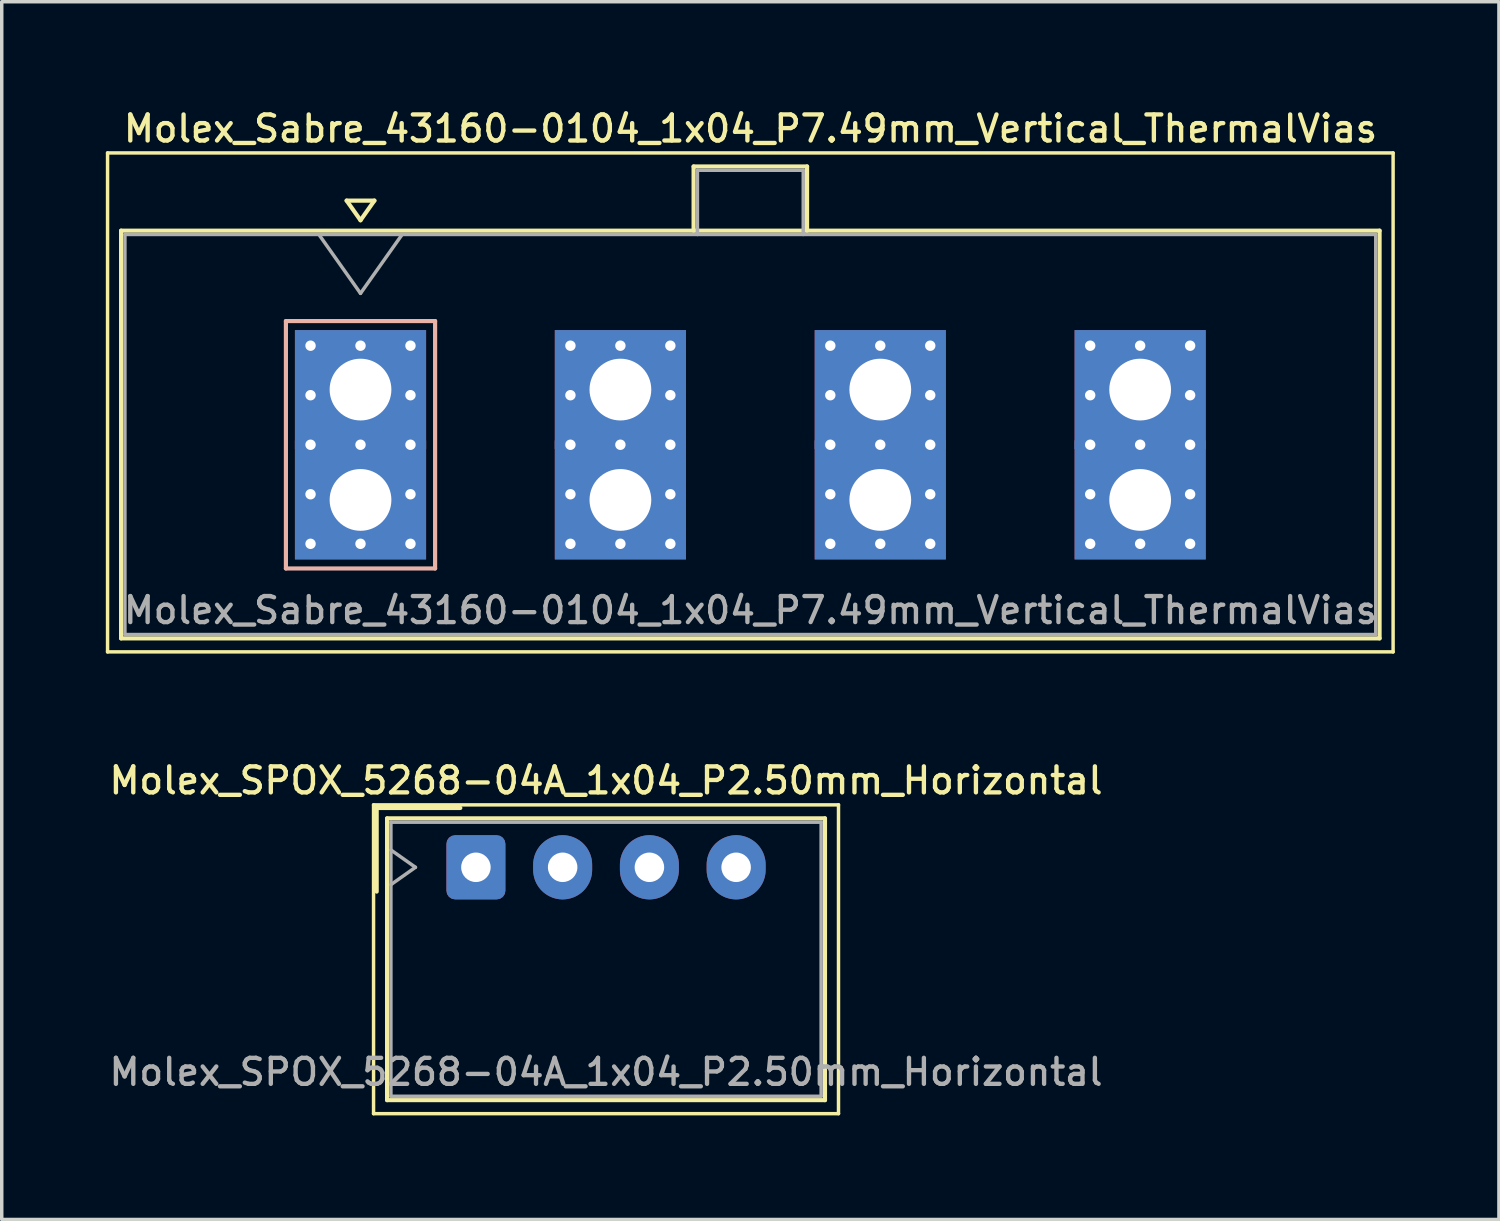
<source format=kicad_pcb>
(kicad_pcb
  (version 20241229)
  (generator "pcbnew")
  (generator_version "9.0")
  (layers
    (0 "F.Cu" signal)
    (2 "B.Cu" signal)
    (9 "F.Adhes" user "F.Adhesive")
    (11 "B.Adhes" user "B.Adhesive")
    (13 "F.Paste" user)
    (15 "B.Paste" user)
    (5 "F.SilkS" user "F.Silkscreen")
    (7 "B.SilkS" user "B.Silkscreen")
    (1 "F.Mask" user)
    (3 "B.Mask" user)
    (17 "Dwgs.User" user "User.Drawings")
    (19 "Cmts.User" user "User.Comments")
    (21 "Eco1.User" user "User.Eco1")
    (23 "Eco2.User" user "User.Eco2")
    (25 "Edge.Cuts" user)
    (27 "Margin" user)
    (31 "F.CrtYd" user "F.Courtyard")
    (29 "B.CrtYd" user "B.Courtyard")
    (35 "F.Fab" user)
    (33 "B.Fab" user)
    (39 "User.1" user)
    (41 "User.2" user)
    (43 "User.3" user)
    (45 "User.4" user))
  (footprint "Molex_Sabre_43160-0104_1x04_P7.49mm_Vertical_ThermalVias"
    (layer "F.Cu")
    (at 7.34 11.358)
    (property "Reference" "Molex_Sabre_43160-0104_1x04_P7.49mm_Vertical_ThermalVias" (at 11.24 -10.7 0) (layer "F.SilkS") (effects (font (size 0.75 0.75) (thickness 0.125))))
    (attr through_hole)
    (fp_line (start -7.29 -10) (end -7.29 4.38) (stroke (width 0.1) (type solid)) (layer "F.SilkS"))
    (fp_line (start -7.29 4.38) (end 29.76 4.38) (stroke (width 0.1) (type solid)) (layer "F.SilkS"))
    (fp_line (start -6.9 -7.76) (end -6.9 3.99) (stroke (width 0.12) (type solid)) (layer "F.SilkS"))
    (fp_line (start -6.9 3.99) (end 29.37 3.99) (stroke (width 0.12) (type solid)) (layer "F.SilkS"))
    (fp_line (start -0.4 -8.626) (end 0 -8.06) (stroke (width 0.12) (type solid)) (layer "F.SilkS"))
    (fp_line (start 0 -8.06) (end 0.4 -8.626) (stroke (width 0.12) (type solid)) (layer "F.SilkS"))
    (fp_line (start 0.4 -8.626) (end -0.4 -8.626) (stroke (width 0.12) (type solid)) (layer "F.SilkS"))
    (fp_line (start 9.6 -9.61) (end 12.87 -9.61) (stroke (width 0.12) (type solid)) (layer "F.SilkS"))
    (fp_line (start 9.6 -7.76) (end 9.6 -9.61) (stroke (width 0.12) (type solid)) (layer "F.SilkS"))
    (fp_line (start 12.87 -9.61) (end 12.87 -7.76) (stroke (width 0.12) (type solid)) (layer "F.SilkS"))
    (fp_line (start 29.37 -7.76) (end -6.9 -7.76) (stroke (width 0.12) (type solid)) (layer "F.SilkS"))
    (fp_line (start 29.37 3.99) (end 29.37 -7.76) (stroke (width 0.12) (type solid)) (layer "F.SilkS"))
    (fp_line (start 29.76 -10) (end -7.29 -10) (stroke (width 0.1) (type solid)) (layer "F.SilkS"))
    (fp_line (start 29.76 4.38) (end 29.76 -10) (stroke (width 0.1) (type solid)) (layer "F.SilkS"))
    (fp_line (start -2.15 -5.155) (end -2.15 1.975) (stroke (width 0.12) (type solid)) (layer "B.SilkS"))
    (fp_line (start -2.15 1.975) (end 2.15 1.975) (stroke (width 0.12) (type solid)) (layer "B.SilkS"))
    (fp_line (start 2.15 -5.155) (end -2.15 -5.155) (stroke (width 0.12) (type solid)) (layer "B.SilkS"))
    (fp_line (start 2.15 1.975) (end 2.15 -5.155) (stroke (width 0.12) (type solid)) (layer "B.SilkS"))
    (fp_line (start -6.79 -7.65) (end -6.79 3.88) (stroke (width 0.1) (type solid)) (layer "F.Fab"))
    (fp_line (start -6.79 3.88) (end 29.26 3.88) (stroke (width 0.1) (type solid)) (layer "F.Fab"))
    (fp_line (start -1.2 -7.65) (end 0 -5.953) (stroke (width 0.1) (type solid)) (layer "F.Fab"))
    (fp_line (start 0 -5.953) (end 1.2 -7.65) (stroke (width 0.1) (type solid)) (layer "F.Fab"))
    (fp_line (start 9.71 -9.5) (end 12.76 -9.5) (stroke (width 0.1) (type solid)) (layer "F.Fab"))
    (fp_line (start 9.71 -7.65) (end 9.71 -9.5) (stroke (width 0.1) (type solid)) (layer "F.Fab"))
    (fp_line (start 12.76 -9.5) (end 12.76 -7.65) (stroke (width 0.1) (type solid)) (layer "F.Fab"))
    (fp_line (start 29.26 -7.65) (end -6.79 -7.65) (stroke (width 0.1) (type solid)) (layer "F.Fab"))
    (fp_line (start 29.26 3.88) (end 29.26 -7.65) (stroke (width 0.1) (type solid)) (layer "F.Fab"))
    (fp_text user "${REFERENCE}" (at 11.24 3.18 0) (layer "F.Fab") (effects (font (size 0.75 0.75) (thickness 0.125))))
    (pad "1" thru_hole rect (at -1.44 -4.445) (size 0.6 0.6) (drill 0.3) (layers "*.Cu" "*.Mask"))
    (pad "1" thru_hole rect (at -1.44 -3.018) (size 0.6 0.6) (drill 0.3) (layers "*.Cu" "*.Mask"))
    (pad "1" thru_hole rect (at -1.44 -1.59) (size 0.6 0.6) (drill 0.3) (layers "*.Cu" "*.Mask"))
    (pad "1" thru_hole rect (at -1.44 -0.163) (size 0.6 0.6) (drill 0.3) (layers "*.Cu" "*.Mask"))
    (pad "1" thru_hole rect (at -1.44 1.265) (size 0.6 0.6) (drill 0.3) (layers "*.Cu" "*.Mask"))
    (pad "1" thru_hole rect (at 0 -4.445) (size 0.6 0.6) (drill 0.3) (layers "*.Cu" "*.Mask"))
    (pad "1" thru_hole rect (at 0 -3.18) (size 3.78 3.43) (drill 1.78) (layers "*.Cu" "*.Mask"))
    (pad "1" thru_hole rect (at 0 -1.59) (size 0.6 0.6) (drill 0.3) (layers "*.Cu" "*.Mask"))
    (pad "1" thru_hole rect (at 0 0) (size 3.78 3.43) (drill 1.78) (layers "*.Cu" "*.Mask"))
    (pad "1" thru_hole rect (at 0 1.265) (size 0.6 0.6) (drill 0.3) (layers "*.Cu" "*.Mask"))
    (pad "1" thru_hole rect (at 1.44 -4.445) (size 0.6 0.6) (drill 0.3) (layers "*.Cu" "*.Mask"))
    (pad "1" thru_hole rect (at 1.44 -3.018) (size 0.6 0.6) (drill 0.3) (layers "*.Cu" "*.Mask"))
    (pad "1" thru_hole rect (at 1.44 -1.59) (size 0.6 0.6) (drill 0.3) (layers "*.Cu" "*.Mask"))
    (pad "1" thru_hole rect (at 1.44 -0.163) (size 0.6 0.6) (drill 0.3) (layers "*.Cu" "*.Mask"))
    (pad "1" thru_hole rect (at 1.44 1.265) (size 0.6 0.6) (drill 0.3) (layers "*.Cu" "*.Mask"))
    (pad "2" thru_hole circle (at 6.05 -4.445) (size 0.6 0.6) (drill 0.3) (layers "*.Cu" "*.Mask"))
    (pad "2" thru_hole circle (at 6.05 -3.018) (size 0.6 0.6) (drill 0.3) (layers "*.Cu" "*.Mask"))
    (pad "2" thru_hole circle (at 6.05 -1.59) (size 0.6 0.6) (drill 0.3) (layers "*.Cu" "*.Mask"))
    (pad "2" thru_hole circle (at 6.05 -0.163) (size 0.6 0.6) (drill 0.3) (layers "*.Cu" "*.Mask"))
    (pad "2" thru_hole circle (at 6.05 1.265) (size 0.6 0.6) (drill 0.3) (layers "*.Cu" "*.Mask"))
    (pad "2" thru_hole circle (at 7.49 -4.445) (size 0.6 0.6) (drill 0.3) (layers "*.Cu" "*.Mask"))
    (pad "2" thru_hole rect (at 7.49 -3.18) (size 3.78 3.43) (drill 1.78) (layers "*.Cu" "*.Mask"))
    (pad "2" thru_hole circle (at 7.49 -1.59) (size 0.6 0.6) (drill 0.3) (layers "*.Cu" "*.Mask"))
    (pad "2" thru_hole rect (at 7.49 0) (size 3.78 3.43) (drill 1.78) (layers "*.Cu" "*.Mask"))
    (pad "2" thru_hole circle (at 7.49 1.265) (size 0.6 0.6) (drill 0.3) (layers "*.Cu" "*.Mask"))
    (pad "2" thru_hole circle (at 8.93 -4.445) (size 0.6 0.6) (drill 0.3) (layers "*.Cu" "*.Mask"))
    (pad "2" thru_hole circle (at 8.93 -3.018) (size 0.6 0.6) (drill 0.3) (layers "*.Cu" "*.Mask"))
    (pad "2" thru_hole circle (at 8.93 -1.59) (size 0.6 0.6) (drill 0.3) (layers "*.Cu" "*.Mask"))
    (pad "2" thru_hole circle (at 8.93 -0.163) (size 0.6 0.6) (drill 0.3) (layers "*.Cu" "*.Mask"))
    (pad "2" thru_hole circle (at 8.93 1.265) (size 0.6 0.6) (drill 0.3) (layers "*.Cu" "*.Mask"))
    (pad "3" thru_hole circle (at 13.54 -4.445) (size 0.6 0.6) (drill 0.3) (layers "*.Cu" "*.Mask"))
    (pad "3" thru_hole circle (at 13.54 -3.018) (size 0.6 0.6) (drill 0.3) (layers "*.Cu" "*.Mask"))
    (pad "3" thru_hole circle (at 13.54 -1.59) (size 0.6 0.6) (drill 0.3) (layers "*.Cu" "*.Mask"))
    (pad "3" thru_hole circle (at 13.54 -0.163) (size 0.6 0.6) (drill 0.3) (layers "*.Cu" "*.Mask"))
    (pad "3" thru_hole circle (at 13.54 1.265) (size 0.6 0.6) (drill 0.3) (layers "*.Cu" "*.Mask"))
    (pad "3" thru_hole circle (at 14.98 -4.445) (size 0.6 0.6) (drill 0.3) (layers "*.Cu" "*.Mask"))
    (pad "3" thru_hole rect (at 14.98 -3.18) (size 3.78 3.43) (drill 1.78) (layers "*.Cu" "*.Mask"))
    (pad "3" thru_hole circle (at 14.98 -1.59) (size 0.6 0.6) (drill 0.3) (layers "*.Cu" "*.Mask"))
    (pad "3" thru_hole rect (at 14.98 0) (size 3.78 3.43) (drill 1.78) (layers "*.Cu" "*.Mask"))
    (pad "3" thru_hole circle (at 14.98 1.265) (size 0.6 0.6) (drill 0.3) (layers "*.Cu" "*.Mask"))
    (pad "3" thru_hole circle (at 16.42 -4.445) (size 0.6 0.6) (drill 0.3) (layers "*.Cu" "*.Mask"))
    (pad "3" thru_hole circle (at 16.42 -3.018) (size 0.6 0.6) (drill 0.3) (layers "*.Cu" "*.Mask"))
    (pad "3" thru_hole circle (at 16.42 -1.59) (size 0.6 0.6) (drill 0.3) (layers "*.Cu" "*.Mask"))
    (pad "3" thru_hole circle (at 16.42 -0.163) (size 0.6 0.6) (drill 0.3) (layers "*.Cu" "*.Mask"))
    (pad "3" thru_hole circle (at 16.42 1.265) (size 0.6 0.6) (drill 0.3) (layers "*.Cu" "*.Mask"))
    (pad "4" thru_hole circle (at 21.03 -4.445) (size 0.6 0.6) (drill 0.3) (layers "*.Cu" "*.Mask"))
    (pad "4" thru_hole circle (at 21.03 -3.018) (size 0.6 0.6) (drill 0.3) (layers "*.Cu" "*.Mask"))
    (pad "4" thru_hole circle (at 21.03 -1.59) (size 0.6 0.6) (drill 0.3) (layers "*.Cu" "*.Mask"))
    (pad "4" thru_hole circle (at 21.03 -0.163) (size 0.6 0.6) (drill 0.3) (layers "*.Cu" "*.Mask"))
    (pad "4" thru_hole circle (at 21.03 1.265) (size 0.6 0.6) (drill 0.3) (layers "*.Cu" "*.Mask"))
    (pad "4" thru_hole circle (at 22.47 -4.445) (size 0.6 0.6) (drill 0.3) (layers "*.Cu" "*.Mask"))
    (pad "4" thru_hole rect (at 22.47 -3.18) (size 3.78 3.43) (drill 1.78) (layers "*.Cu" "*.Mask"))
    (pad "4" thru_hole circle (at 22.47 -1.59) (size 0.6 0.6) (drill 0.3) (layers "*.Cu" "*.Mask"))
    (pad "4" thru_hole rect (at 22.47 0) (size 3.78 3.43) (drill 1.78) (layers "*.Cu" "*.Mask"))
    (pad "4" thru_hole circle (at 22.47 1.265) (size 0.6 0.6) (drill 0.3) (layers "*.Cu" "*.Mask"))
    (pad "4" thru_hole circle (at 23.91 -4.445) (size 0.6 0.6) (drill 0.3) (layers "*.Cu" "*.Mask"))
    (pad "4" thru_hole circle (at 23.91 -3.018) (size 0.6 0.6) (drill 0.3) (layers "*.Cu" "*.Mask"))
    (pad "4" thru_hole circle (at 23.91 -1.59) (size 0.6 0.6) (drill 0.3) (layers "*.Cu" "*.Mask"))
    (pad "4" thru_hole circle (at 23.91 -0.163) (size 0.6 0.6) (drill 0.3) (layers "*.Cu" "*.Mask"))
    (pad "4" thru_hole circle (at 23.91 1.265) (size 0.6 0.6) (drill 0.3) (layers "*.Cu" "*.Mask")))
  (footprint "Molex_SPOX_5268-04A_1x04_P2.50mm_Horizontal"
    (layer "F.Cu")
    (at 10.666 21.946)
    (property "Reference" "Molex_SPOX_5268-04A_1x04_P2.50mm_Horizontal" (at 3.75 -2.5 0) (layer "F.SilkS") (effects (font (size 0.75 0.75) (thickness 0.125))))
    (attr through_hole)
    (fp_line (start -2.95 -1.8) (end -2.95 7.1) (stroke (width 0.1) (type solid)) (layer "F.SilkS"))
    (fp_line (start -2.95 7.1) (end 10.45 7.1) (stroke (width 0.1) (type solid)) (layer "F.SilkS"))
    (fp_line (start -2.86 -1.71) (end -0.45 -1.71) (stroke (width 0.12) (type solid)) (layer "F.SilkS"))
    (fp_line (start -2.86 0.7) (end -2.86 -1.71) (stroke (width 0.12) (type solid)) (layer "F.SilkS"))
    (fp_line (start -2.56 -1.41) (end -2.56 6.71) (stroke (width 0.12) (type solid)) (layer "F.SilkS"))
    (fp_line (start -2.56 6.71) (end 10.06 6.71) (stroke (width 0.12) (type solid)) (layer "F.SilkS"))
    (fp_line (start 10.06 -1.41) (end -2.56 -1.41) (stroke (width 0.12) (type solid)) (layer "F.SilkS"))
    (fp_line (start 10.06 6.71) (end 10.06 -1.41) (stroke (width 0.12) (type solid)) (layer "F.SilkS"))
    (fp_line (start 10.45 -1.8) (end -2.95 -1.8) (stroke (width 0.1) (type solid)) (layer "F.SilkS"))
    (fp_line (start 10.45 7.1) (end 10.45 -1.8) (stroke (width 0.1) (type solid)) (layer "F.SilkS"))
    (fp_line (start -2.45 -1.3) (end -2.45 6.6) (stroke (width 0.1) (type solid)) (layer "F.Fab"))
    (fp_line (start -2.45 0.5) (end -1.743 0) (stroke (width 0.1) (type solid)) (layer "F.Fab"))
    (fp_line (start -2.45 6.6) (end 9.95 6.6) (stroke (width 0.1) (type solid)) (layer "F.Fab"))
    (fp_line (start -1.743 0) (end -2.45 -0.5) (stroke (width 0.1) (type solid)) (layer "F.Fab"))
    (fp_line (start 9.95 -1.3) (end -2.45 -1.3) (stroke (width 0.1) (type solid)) (layer "F.Fab"))
    (fp_line (start 9.95 6.6) (end 9.95 -1.3) (stroke (width 0.1) (type solid)) (layer "F.Fab"))
    (fp_text user "${REFERENCE}" (at 3.75 5.9 0) (layer "F.Fab") (effects (font (size 0.75 0.75) (thickness 0.125))))
    (pad "1" thru_hole roundrect (at 0 0) (size 1.7 1.85) (drill 0.85) (layers "*.Cu" "*.Mask") (roundrect_rratio 0.147))
    (pad "2" thru_hole oval (at 2.5 0) (size 1.7 1.85) (drill 0.85) (layers "*.Cu" "*.Mask"))
    (pad "3" thru_hole oval (at 5 0) (size 1.7 1.85) (drill 0.85) (layers "*.Cu" "*.Mask"))
    (pad "4" thru_hole oval (at 7.5 0) (size 1.7 1.85) (drill 0.85) (layers "*.Cu" "*.Mask")))
  (gr_rect
    (start -3 -3)
    (end 40.15 32.096)
    (stroke (width 0.1) (type default))
    (fill no)
    (layer "Edge.Cuts")))
</source>
